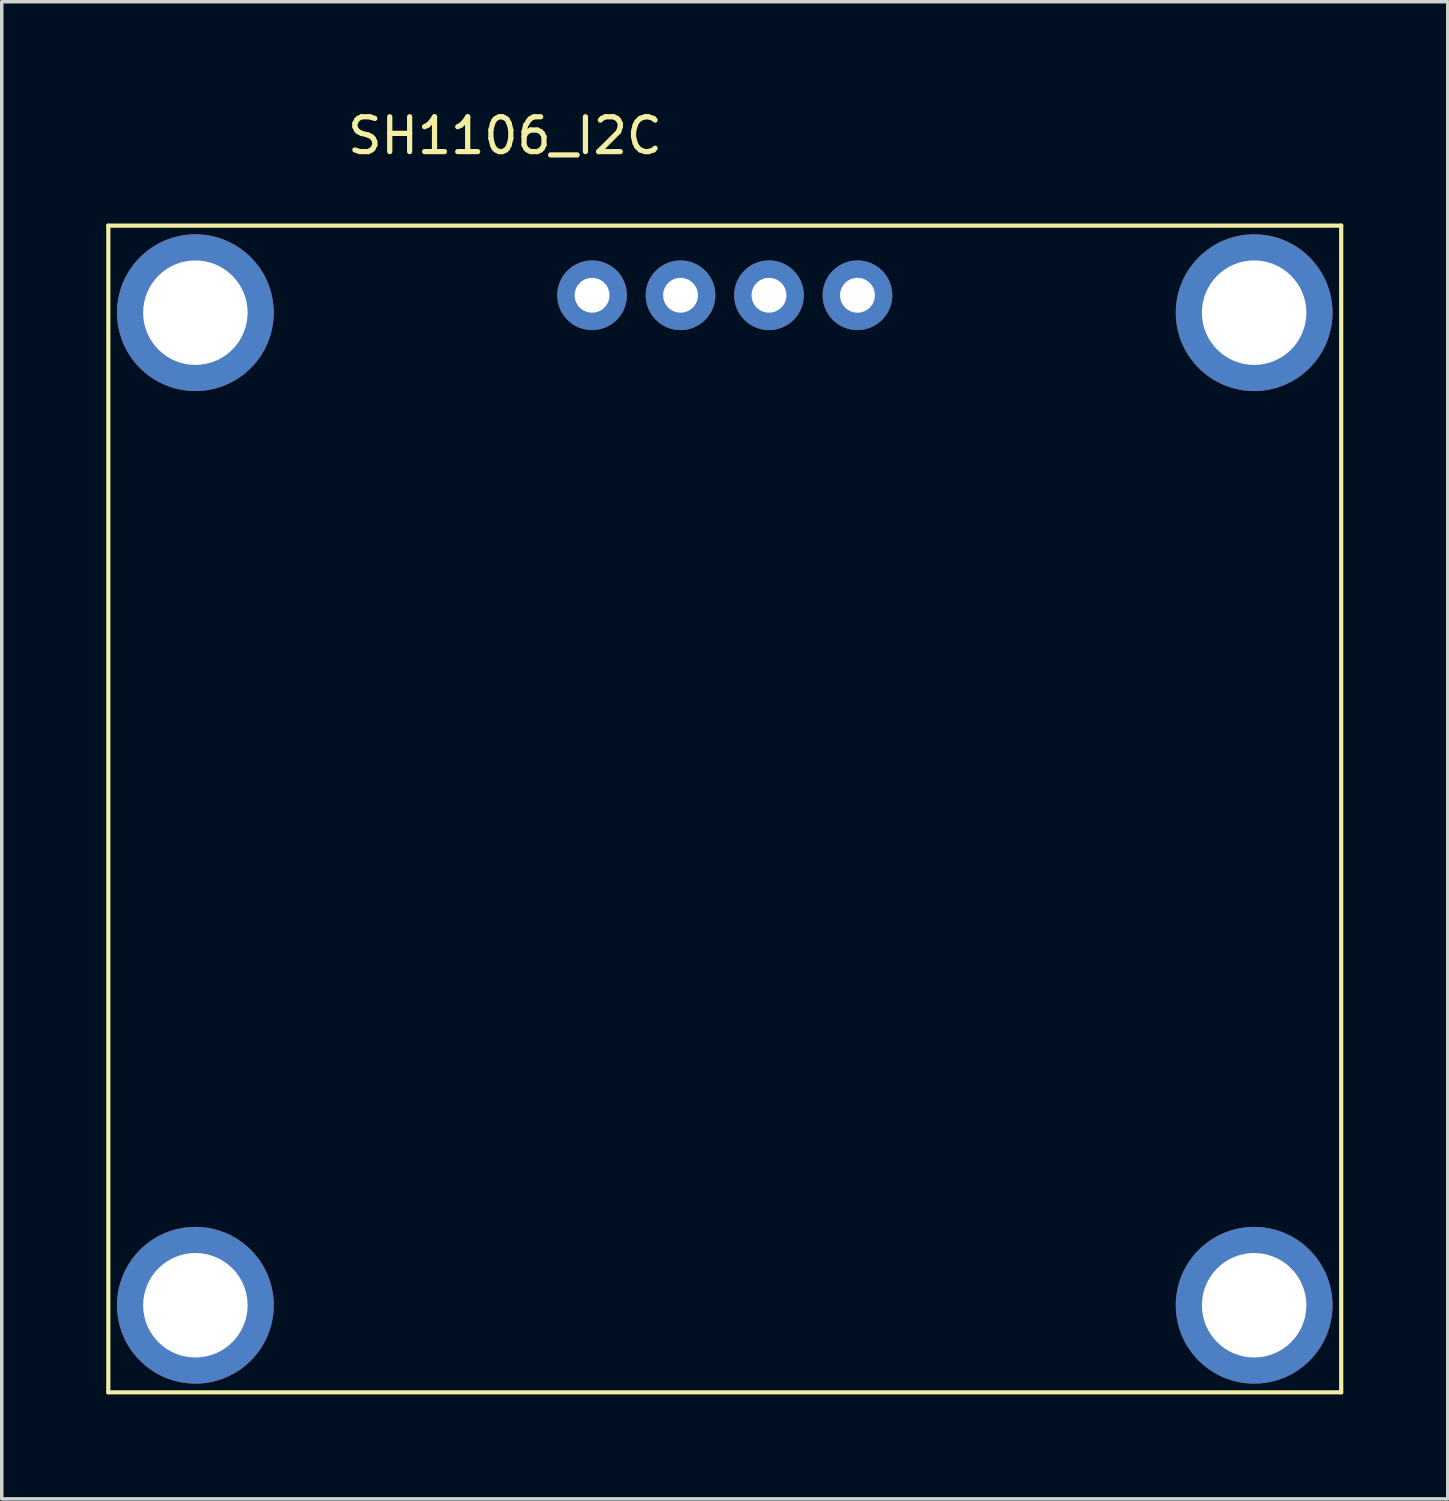
<source format=kicad_pcb>
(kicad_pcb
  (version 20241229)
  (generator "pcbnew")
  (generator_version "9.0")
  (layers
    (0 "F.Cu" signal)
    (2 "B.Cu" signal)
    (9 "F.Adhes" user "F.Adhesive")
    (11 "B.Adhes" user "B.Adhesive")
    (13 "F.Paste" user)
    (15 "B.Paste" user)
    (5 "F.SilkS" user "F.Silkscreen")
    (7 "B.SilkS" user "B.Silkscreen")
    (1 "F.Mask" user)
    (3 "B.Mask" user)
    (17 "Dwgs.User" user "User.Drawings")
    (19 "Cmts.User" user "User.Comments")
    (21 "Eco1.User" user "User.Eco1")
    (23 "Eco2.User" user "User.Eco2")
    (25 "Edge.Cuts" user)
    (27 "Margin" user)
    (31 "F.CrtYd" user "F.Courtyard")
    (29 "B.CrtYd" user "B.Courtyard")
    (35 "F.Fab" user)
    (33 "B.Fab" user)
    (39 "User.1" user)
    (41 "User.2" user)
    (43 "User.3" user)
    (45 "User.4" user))
  (footprint "SH1106_I2C"
    (layer "F.Cu")
    (at 2.56 5.928)
    (property "Reference" "SH1106_I2C" (at 8.89 -5.08 0) (layer "F.SilkS") (effects (font (size 1 1) (thickness 0.15))))
    (attr through_hole)
    (fp_line (start -2.5 -2.5) (end 32.9 -2.5) (stroke (width 0.12) (type solid)) (layer "F.SilkS"))
    (fp_line (start -2.5 31) (end -2.5 -2.5) (stroke (width 0.12) (type solid)) (layer "F.SilkS"))
    (fp_line (start 32.9 -2.5) (end 32.9 31) (stroke (width 0.12) (type solid)) (layer "F.SilkS"))
    (fp_line (start 32.9 31) (end -2.5 31) (stroke (width 0.12) (type solid)) (layer "F.SilkS"))
    (pad "1" thru_hole circle (at 11.39 -0.5) (size 2 2) (drill 1) (layers "*.Cu" "*.Mask"))
    (pad "2" thru_hole circle (at 13.93 -0.5) (size 2 2) (drill 1) (layers "*.Cu" "*.Mask"))
    (pad "3" thru_hole circle (at 16.47 -0.5) (size 2 2) (drill 1) (layers "*.Cu" "*.Mask"))
    (pad "4" thru_hole circle (at 19.01 -0.5) (size 2 2) (drill 1) (layers "*.Cu" "*.Mask"))
    (pad "~" thru_hole circle (at 0 0) (size 4.5 4.5) (drill 3) (layers "*.Cu" "*.Mask"))
    (pad "~" thru_hole circle (at 0 28.5) (size 4.5 4.5) (drill 3) (layers "*.Cu" "*.Mask"))
    (pad "~" thru_hole circle (at 30.4 0) (size 4.5 4.5) (drill 3) (layers "*.Cu" "*.Mask"))
    (pad "~" thru_hole circle (at 30.4 28.5) (size 4.5 4.5) (drill 3) (layers "*.Cu" "*.Mask")))
  (gr_rect
    (start -3 -3)
    (end 38.52 39.988)
    (stroke (width 0.1) (type default))
    (fill no)
    (layer "Edge.Cuts")))
</source>
